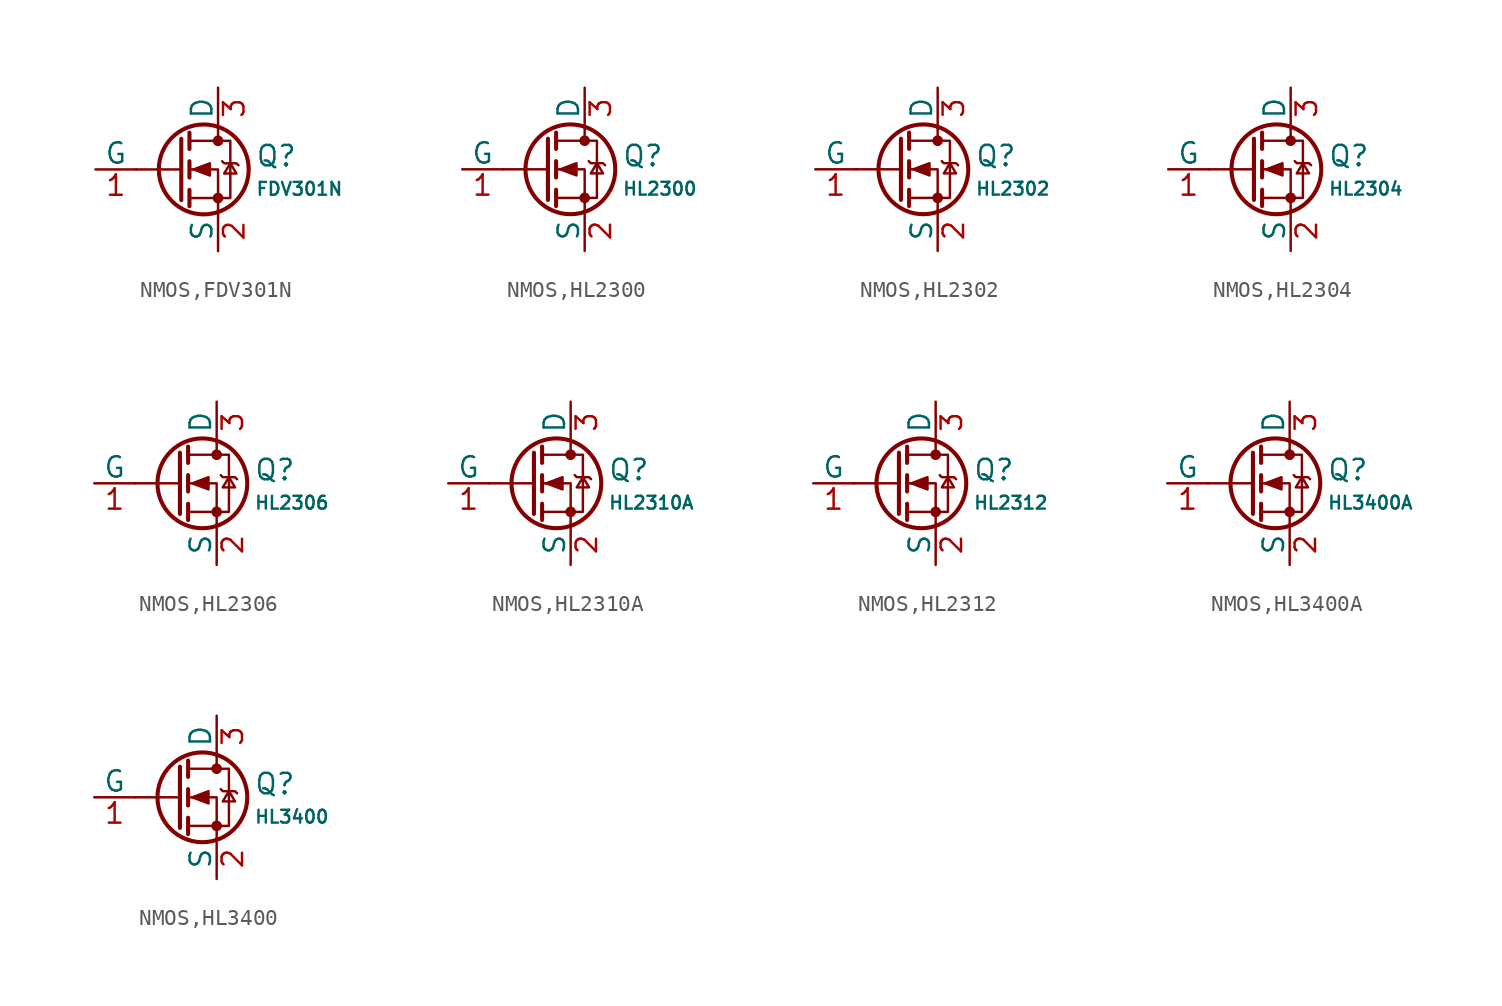
<source format=kicad_sym>
(kicad_symbol_lib
  (version 20231120)
  (generator "CDFER")
  (generator_version "8.0")
  (symbol "NMOS,FDV301N"
    (pin_names
      (offset 0))
    (property "Reference" "Q"
      (at 4.851 0.834 0)
      (effects (font (size 1.27 1.27)) (justify left)))
    (property "Value" "FDV301N"
      (at 4.851 -1.212 0)
      (effects (font (size 0.8 0.8)) (justify left)))
    (symbol "NMOS,FDV301N_0_1"
      (polyline (pts (xy 0.254 0) (xy -2.54 0)) (stroke (width 0) (type default)) (fill (type none)))
      (polyline (pts (xy 0.254 1.905) (xy 0.254 -1.905)) (stroke (width 0.254) (type default)) (fill (type none)))
      (polyline (pts (xy 0.762 -1.27) (xy 0.762 -2.286)) (stroke (width 0.254) (type default)) (fill (type none)))
      (polyline (pts (xy 0.762 0.508) (xy 0.762 -0.508)) (stroke (width 0.254) (type default)) (fill (type none)))
      (polyline (pts (xy 0.762 2.286) (xy 0.762 1.27)) (stroke (width 0.254) (type default)) (fill (type none)))
      (polyline (pts (xy 2.54 2.54) (xy 2.54 1.778)) (stroke (width 0) (type default)) (fill (type none)))
      (polyline (pts (xy 2.54 -2.54) (xy 2.54 0) (xy 0.762 0)) (stroke (width 0) (type default)) (fill (type none)))
      (polyline (pts (xy 0.762 -1.778) (xy 3.302 -1.778) (xy 3.302 1.778) (xy 0.762 1.778)) (stroke (width 0) (type default)) (fill (type none)))
      (polyline (pts (xy 1.016 0) (xy 2.032 0.381) (xy 2.032 -0.381) (xy 1.016 0)) (stroke (width 0) (type default)) (fill (type outline)))
      (polyline (pts (xy 2.794 0.508) (xy 2.921 0.381) (xy 3.683 0.381) (xy 3.81 0.254)) (stroke (width 0) (type default)) (fill (type none)))
      (polyline (pts (xy 3.302 0.381) (xy 2.921 -0.254) (xy 3.683 -0.254) (xy 3.302 0.381)) (stroke (width 0) (type default)) (fill (type none)))
      (circle (center 1.651 0) (radius 2.794) (stroke (width 0.254) (type default)) (fill (type none)))
      (circle (center 2.54 -1.778) (radius 0.254) (stroke (width 0) (type default)) (fill (type outline)))
      (circle (center 2.54 1.778) (radius 0.254) (stroke (width 0) (type default)) (fill (type outline))))
    (symbol "NMOS,FDV301N_1_1"
      (pin passive line (at 2.54 5.08 270) (length 2.54) (name "D" (effects (font (size 1.27 1.27)))) (number "3" (effects (font (size 1.27 1.27)))))
      (pin input line (at -5.08 0 0) (length 2.54) (name "G" (effects (font (size 1.27 1.27)))) (number "1" (effects (font (size 1.27 1.27)))))
      (pin passive line (at 2.54 -5.08 90) (length 2.54) (name "S" (effects (font (size 1.27 1.27)))) (number "2" (effects (font (size 1.27 1.27)))))))
  (symbol "NMOS,HL2300"
    (pin_names
      (offset 0))
    (property "Reference" "Q"
      (at 4.851 0.834 0)
      (effects (font (size 1.27 1.27)) (justify left)))
    (property "Value" "HL2300"
      (at 4.851 -1.212 0)
      (effects (font (size 0.8 0.8)) (justify left)))
    (symbol "NMOS,HL2300_0_1"
      (polyline (pts (xy 0.254 0) (xy -2.54 0)) (stroke (width 0) (type default)) (fill (type none)))
      (polyline (pts (xy 0.254 1.905) (xy 0.254 -1.905)) (stroke (width 0.254) (type default)) (fill (type none)))
      (polyline (pts (xy 0.762 -1.27) (xy 0.762 -2.286)) (stroke (width 0.254) (type default)) (fill (type none)))
      (polyline (pts (xy 0.762 0.508) (xy 0.762 -0.508)) (stroke (width 0.254) (type default)) (fill (type none)))
      (polyline (pts (xy 0.762 2.286) (xy 0.762 1.27)) (stroke (width 0.254) (type default)) (fill (type none)))
      (polyline (pts (xy 2.54 2.54) (xy 2.54 1.778)) (stroke (width 0) (type default)) (fill (type none)))
      (polyline (pts (xy 2.54 -2.54) (xy 2.54 0) (xy 0.762 0)) (stroke (width 0) (type default)) (fill (type none)))
      (polyline (pts (xy 0.762 -1.778) (xy 3.302 -1.778) (xy 3.302 1.778) (xy 0.762 1.778)) (stroke (width 0) (type default)) (fill (type none)))
      (polyline (pts (xy 1.016 0) (xy 2.032 0.381) (xy 2.032 -0.381) (xy 1.016 0)) (stroke (width 0) (type default)) (fill (type outline)))
      (polyline (pts (xy 2.794 0.508) (xy 2.921 0.381) (xy 3.683 0.381) (xy 3.81 0.254)) (stroke (width 0) (type default)) (fill (type none)))
      (polyline (pts (xy 3.302 0.381) (xy 2.921 -0.254) (xy 3.683 -0.254) (xy 3.302 0.381)) (stroke (width 0) (type default)) (fill (type none)))
      (circle (center 1.651 0) (radius 2.794) (stroke (width 0.254) (type default)) (fill (type none)))
      (circle (center 2.54 -1.778) (radius 0.254) (stroke (width 0) (type default)) (fill (type outline)))
      (circle (center 2.54 1.778) (radius 0.254) (stroke (width 0) (type default)) (fill (type outline))))
    (symbol "NMOS,HL2300_1_1"
      (pin passive line (at 2.54 5.08 270) (length 2.54) (name "D" (effects (font (size 1.27 1.27)))) (number "3" (effects (font (size 1.27 1.27)))))
      (pin input line (at -5.08 0 0) (length 2.54) (name "G" (effects (font (size 1.27 1.27)))) (number "1" (effects (font (size 1.27 1.27)))))
      (pin passive line (at 2.54 -5.08 90) (length 2.54) (name "S" (effects (font (size 1.27 1.27)))) (number "2" (effects (font (size 1.27 1.27)))))))
  (symbol "NMOS,HL2302"
    (pin_names
      (offset 0))
    (property "Reference" "Q"
      (at 4.851 0.834 0)
      (effects (font (size 1.27 1.27)) (justify left)))
    (property "Value" "HL2302"
      (at 4.851 -1.212 0)
      (effects (font (size 0.8 0.8)) (justify left)))
    (symbol "NMOS,HL2302_0_1"
      (polyline (pts (xy 0.254 0) (xy -2.54 0)) (stroke (width 0) (type default)) (fill (type none)))
      (polyline (pts (xy 0.254 1.905) (xy 0.254 -1.905)) (stroke (width 0.254) (type default)) (fill (type none)))
      (polyline (pts (xy 0.762 -1.27) (xy 0.762 -2.286)) (stroke (width 0.254) (type default)) (fill (type none)))
      (polyline (pts (xy 0.762 0.508) (xy 0.762 -0.508)) (stroke (width 0.254) (type default)) (fill (type none)))
      (polyline (pts (xy 0.762 2.286) (xy 0.762 1.27)) (stroke (width 0.254) (type default)) (fill (type none)))
      (polyline (pts (xy 2.54 2.54) (xy 2.54 1.778)) (stroke (width 0) (type default)) (fill (type none)))
      (polyline (pts (xy 2.54 -2.54) (xy 2.54 0) (xy 0.762 0)) (stroke (width 0) (type default)) (fill (type none)))
      (polyline (pts (xy 0.762 -1.778) (xy 3.302 -1.778) (xy 3.302 1.778) (xy 0.762 1.778)) (stroke (width 0) (type default)) (fill (type none)))
      (polyline (pts (xy 1.016 0) (xy 2.032 0.381) (xy 2.032 -0.381) (xy 1.016 0)) (stroke (width 0) (type default)) (fill (type outline)))
      (polyline (pts (xy 2.794 0.508) (xy 2.921 0.381) (xy 3.683 0.381) (xy 3.81 0.254)) (stroke (width 0) (type default)) (fill (type none)))
      (polyline (pts (xy 3.302 0.381) (xy 2.921 -0.254) (xy 3.683 -0.254) (xy 3.302 0.381)) (stroke (width 0) (type default)) (fill (type none)))
      (circle (center 1.651 0) (radius 2.794) (stroke (width 0.254) (type default)) (fill (type none)))
      (circle (center 2.54 -1.778) (radius 0.254) (stroke (width 0) (type default)) (fill (type outline)))
      (circle (center 2.54 1.778) (radius 0.254) (stroke (width 0) (type default)) (fill (type outline))))
    (symbol "NMOS,HL2302_1_1"
      (pin passive line (at 2.54 5.08 270) (length 2.54) (name "D" (effects (font (size 1.27 1.27)))) (number "3" (effects (font (size 1.27 1.27)))))
      (pin input line (at -5.08 0 0) (length 2.54) (name "G" (effects (font (size 1.27 1.27)))) (number "1" (effects (font (size 1.27 1.27)))))
      (pin passive line (at 2.54 -5.08 90) (length 2.54) (name "S" (effects (font (size 1.27 1.27)))) (number "2" (effects (font (size 1.27 1.27)))))))
  (symbol "NMOS,HL2304"
    (pin_names
      (offset 0))
    (property "Reference" "Q"
      (at 4.851 0.834 0)
      (effects (font (size 1.27 1.27)) (justify left)))
    (property "Value" "HL2304"
      (at 4.851 -1.212 0)
      (effects (font (size 0.8 0.8)) (justify left)))
    (symbol "NMOS,HL2304_0_1"
      (polyline (pts (xy 0.254 0) (xy -2.54 0)) (stroke (width 0) (type default)) (fill (type none)))
      (polyline (pts (xy 0.254 1.905) (xy 0.254 -1.905)) (stroke (width 0.254) (type default)) (fill (type none)))
      (polyline (pts (xy 0.762 -1.27) (xy 0.762 -2.286)) (stroke (width 0.254) (type default)) (fill (type none)))
      (polyline (pts (xy 0.762 0.508) (xy 0.762 -0.508)) (stroke (width 0.254) (type default)) (fill (type none)))
      (polyline (pts (xy 0.762 2.286) (xy 0.762 1.27)) (stroke (width 0.254) (type default)) (fill (type none)))
      (polyline (pts (xy 2.54 2.54) (xy 2.54 1.778)) (stroke (width 0) (type default)) (fill (type none)))
      (polyline (pts (xy 2.54 -2.54) (xy 2.54 0) (xy 0.762 0)) (stroke (width 0) (type default)) (fill (type none)))
      (polyline (pts (xy 0.762 -1.778) (xy 3.302 -1.778) (xy 3.302 1.778) (xy 0.762 1.778)) (stroke (width 0) (type default)) (fill (type none)))
      (polyline (pts (xy 1.016 0) (xy 2.032 0.381) (xy 2.032 -0.381) (xy 1.016 0)) (stroke (width 0) (type default)) (fill (type outline)))
      (polyline (pts (xy 2.794 0.508) (xy 2.921 0.381) (xy 3.683 0.381) (xy 3.81 0.254)) (stroke (width 0) (type default)) (fill (type none)))
      (polyline (pts (xy 3.302 0.381) (xy 2.921 -0.254) (xy 3.683 -0.254) (xy 3.302 0.381)) (stroke (width 0) (type default)) (fill (type none)))
      (circle (center 1.651 0) (radius 2.794) (stroke (width 0.254) (type default)) (fill (type none)))
      (circle (center 2.54 -1.778) (radius 0.254) (stroke (width 0) (type default)) (fill (type outline)))
      (circle (center 2.54 1.778) (radius 0.254) (stroke (width 0) (type default)) (fill (type outline))))
    (symbol "NMOS,HL2304_1_1"
      (pin passive line (at 2.54 5.08 270) (length 2.54) (name "D" (effects (font (size 1.27 1.27)))) (number "3" (effects (font (size 1.27 1.27)))))
      (pin input line (at -5.08 0 0) (length 2.54) (name "G" (effects (font (size 1.27 1.27)))) (number "1" (effects (font (size 1.27 1.27)))))
      (pin passive line (at 2.54 -5.08 90) (length 2.54) (name "S" (effects (font (size 1.27 1.27)))) (number "2" (effects (font (size 1.27 1.27)))))))
  (symbol "NMOS,HL2306"
    (pin_names
      (offset 0))
    (property "Reference" "Q"
      (at 4.851 0.834 0)
      (effects (font (size 1.27 1.27)) (justify left)))
    (property "Value" "HL2306"
      (at 4.851 -1.212 0)
      (effects (font (size 0.8 0.8)) (justify left)))
    (symbol "NMOS,HL2306_0_1"
      (polyline (pts (xy 0.254 0) (xy -2.54 0)) (stroke (width 0) (type default)) (fill (type none)))
      (polyline (pts (xy 0.254 1.905) (xy 0.254 -1.905)) (stroke (width 0.254) (type default)) (fill (type none)))
      (polyline (pts (xy 0.762 -1.27) (xy 0.762 -2.286)) (stroke (width 0.254) (type default)) (fill (type none)))
      (polyline (pts (xy 0.762 0.508) (xy 0.762 -0.508)) (stroke (width 0.254) (type default)) (fill (type none)))
      (polyline (pts (xy 0.762 2.286) (xy 0.762 1.27)) (stroke (width 0.254) (type default)) (fill (type none)))
      (polyline (pts (xy 2.54 2.54) (xy 2.54 1.778)) (stroke (width 0) (type default)) (fill (type none)))
      (polyline (pts (xy 2.54 -2.54) (xy 2.54 0) (xy 0.762 0)) (stroke (width 0) (type default)) (fill (type none)))
      (polyline (pts (xy 0.762 -1.778) (xy 3.302 -1.778) (xy 3.302 1.778) (xy 0.762 1.778)) (stroke (width 0) (type default)) (fill (type none)))
      (polyline (pts (xy 1.016 0) (xy 2.032 0.381) (xy 2.032 -0.381) (xy 1.016 0)) (stroke (width 0) (type default)) (fill (type outline)))
      (polyline (pts (xy 2.794 0.508) (xy 2.921 0.381) (xy 3.683 0.381) (xy 3.81 0.254)) (stroke (width 0) (type default)) (fill (type none)))
      (polyline (pts (xy 3.302 0.381) (xy 2.921 -0.254) (xy 3.683 -0.254) (xy 3.302 0.381)) (stroke (width 0) (type default)) (fill (type none)))
      (circle (center 1.651 0) (radius 2.794) (stroke (width 0.254) (type default)) (fill (type none)))
      (circle (center 2.54 -1.778) (radius 0.254) (stroke (width 0) (type default)) (fill (type outline)))
      (circle (center 2.54 1.778) (radius 0.254) (stroke (width 0) (type default)) (fill (type outline))))
    (symbol "NMOS,HL2306_1_1"
      (pin passive line (at 2.54 5.08 270) (length 2.54) (name "D" (effects (font (size 1.27 1.27)))) (number "3" (effects (font (size 1.27 1.27)))))
      (pin input line (at -5.08 0 0) (length 2.54) (name "G" (effects (font (size 1.27 1.27)))) (number "1" (effects (font (size 1.27 1.27)))))
      (pin passive line (at 2.54 -5.08 90) (length 2.54) (name "S" (effects (font (size 1.27 1.27)))) (number "2" (effects (font (size 1.27 1.27)))))))
  (symbol "NMOS,HL2310A"
    (pin_names
      (offset 0))
    (property "Reference" "Q"
      (at 4.851 0.834 0)
      (effects (font (size 1.27 1.27)) (justify left)))
    (property "Value" "HL2310A"
      (at 4.851 -1.212 0)
      (effects (font (size 0.8 0.8)) (justify left)))
    (symbol "NMOS,HL2310A_0_1"
      (polyline (pts (xy 0.254 0) (xy -2.54 0)) (stroke (width 0) (type default)) (fill (type none)))
      (polyline (pts (xy 0.254 1.905) (xy 0.254 -1.905)) (stroke (width 0.254) (type default)) (fill (type none)))
      (polyline (pts (xy 0.762 -1.27) (xy 0.762 -2.286)) (stroke (width 0.254) (type default)) (fill (type none)))
      (polyline (pts (xy 0.762 0.508) (xy 0.762 -0.508)) (stroke (width 0.254) (type default)) (fill (type none)))
      (polyline (pts (xy 0.762 2.286) (xy 0.762 1.27)) (stroke (width 0.254) (type default)) (fill (type none)))
      (polyline (pts (xy 2.54 2.54) (xy 2.54 1.778)) (stroke (width 0) (type default)) (fill (type none)))
      (polyline (pts (xy 2.54 -2.54) (xy 2.54 0) (xy 0.762 0)) (stroke (width 0) (type default)) (fill (type none)))
      (polyline (pts (xy 0.762 -1.778) (xy 3.302 -1.778) (xy 3.302 1.778) (xy 0.762 1.778)) (stroke (width 0) (type default)) (fill (type none)))
      (polyline (pts (xy 1.016 0) (xy 2.032 0.381) (xy 2.032 -0.381) (xy 1.016 0)) (stroke (width 0) (type default)) (fill (type outline)))
      (polyline (pts (xy 2.794 0.508) (xy 2.921 0.381) (xy 3.683 0.381) (xy 3.81 0.254)) (stroke (width 0) (type default)) (fill (type none)))
      (polyline (pts (xy 3.302 0.381) (xy 2.921 -0.254) (xy 3.683 -0.254) (xy 3.302 0.381)) (stroke (width 0) (type default)) (fill (type none)))
      (circle (center 1.651 0) (radius 2.794) (stroke (width 0.254) (type default)) (fill (type none)))
      (circle (center 2.54 -1.778) (radius 0.254) (stroke (width 0) (type default)) (fill (type outline)))
      (circle (center 2.54 1.778) (radius 0.254) (stroke (width 0) (type default)) (fill (type outline))))
    (symbol "NMOS,HL2310A_1_1"
      (pin passive line (at 2.54 5.08 270) (length 2.54) (name "D" (effects (font (size 1.27 1.27)))) (number "3" (effects (font (size 1.27 1.27)))))
      (pin input line (at -5.08 0 0) (length 2.54) (name "G" (effects (font (size 1.27 1.27)))) (number "1" (effects (font (size 1.27 1.27)))))
      (pin passive line (at 2.54 -5.08 90) (length 2.54) (name "S" (effects (font (size 1.27 1.27)))) (number "2" (effects (font (size 1.27 1.27)))))))
  (symbol "NMOS,HL2312"
    (pin_names
      (offset 0))
    (property "Reference" "Q"
      (at 4.851 0.834 0)
      (effects (font (size 1.27 1.27)) (justify left)))
    (property "Value" "HL2312"
      (at 4.851 -1.212 0)
      (effects (font (size 0.8 0.8)) (justify left)))
    (symbol "NMOS,HL2312_0_1"
      (polyline (pts (xy 0.254 0) (xy -2.54 0)) (stroke (width 0) (type default)) (fill (type none)))
      (polyline (pts (xy 0.254 1.905) (xy 0.254 -1.905)) (stroke (width 0.254) (type default)) (fill (type none)))
      (polyline (pts (xy 0.762 -1.27) (xy 0.762 -2.286)) (stroke (width 0.254) (type default)) (fill (type none)))
      (polyline (pts (xy 0.762 0.508) (xy 0.762 -0.508)) (stroke (width 0.254) (type default)) (fill (type none)))
      (polyline (pts (xy 0.762 2.286) (xy 0.762 1.27)) (stroke (width 0.254) (type default)) (fill (type none)))
      (polyline (pts (xy 2.54 2.54) (xy 2.54 1.778)) (stroke (width 0) (type default)) (fill (type none)))
      (polyline (pts (xy 2.54 -2.54) (xy 2.54 0) (xy 0.762 0)) (stroke (width 0) (type default)) (fill (type none)))
      (polyline (pts (xy 0.762 -1.778) (xy 3.302 -1.778) (xy 3.302 1.778) (xy 0.762 1.778)) (stroke (width 0) (type default)) (fill (type none)))
      (polyline (pts (xy 1.016 0) (xy 2.032 0.381) (xy 2.032 -0.381) (xy 1.016 0)) (stroke (width 0) (type default)) (fill (type outline)))
      (polyline (pts (xy 2.794 0.508) (xy 2.921 0.381) (xy 3.683 0.381) (xy 3.81 0.254)) (stroke (width 0) (type default)) (fill (type none)))
      (polyline (pts (xy 3.302 0.381) (xy 2.921 -0.254) (xy 3.683 -0.254) (xy 3.302 0.381)) (stroke (width 0) (type default)) (fill (type none)))
      (circle (center 1.651 0) (radius 2.794) (stroke (width 0.254) (type default)) (fill (type none)))
      (circle (center 2.54 -1.778) (radius 0.254) (stroke (width 0) (type default)) (fill (type outline)))
      (circle (center 2.54 1.778) (radius 0.254) (stroke (width 0) (type default)) (fill (type outline))))
    (symbol "NMOS,HL2312_1_1"
      (pin passive line (at 2.54 5.08 270) (length 2.54) (name "D" (effects (font (size 1.27 1.27)))) (number "3" (effects (font (size 1.27 1.27)))))
      (pin input line (at -5.08 0 0) (length 2.54) (name "G" (effects (font (size 1.27 1.27)))) (number "1" (effects (font (size 1.27 1.27)))))
      (pin passive line (at 2.54 -5.08 90) (length 2.54) (name "S" (effects (font (size 1.27 1.27)))) (number "2" (effects (font (size 1.27 1.27)))))))
  (symbol "NMOS,HL3400A"
    (pin_names
      (offset 0))
    (property "Reference" "Q"
      (at 4.851 0.834 0)
      (effects (font (size 1.27 1.27)) (justify left)))
    (property "Value" "HL3400A"
      (at 4.851 -1.212 0)
      (effects (font (size 0.8 0.8)) (justify left)))
    (symbol "NMOS,HL3400A_0_1"
      (polyline (pts (xy 0.254 0) (xy -2.54 0)) (stroke (width 0) (type default)) (fill (type none)))
      (polyline (pts (xy 0.254 1.905) (xy 0.254 -1.905)) (stroke (width 0.254) (type default)) (fill (type none)))
      (polyline (pts (xy 0.762 -1.27) (xy 0.762 -2.286)) (stroke (width 0.254) (type default)) (fill (type none)))
      (polyline (pts (xy 0.762 0.508) (xy 0.762 -0.508)) (stroke (width 0.254) (type default)) (fill (type none)))
      (polyline (pts (xy 0.762 2.286) (xy 0.762 1.27)) (stroke (width 0.254) (type default)) (fill (type none)))
      (polyline (pts (xy 2.54 2.54) (xy 2.54 1.778)) (stroke (width 0) (type default)) (fill (type none)))
      (polyline (pts (xy 2.54 -2.54) (xy 2.54 0) (xy 0.762 0)) (stroke (width 0) (type default)) (fill (type none)))
      (polyline (pts (xy 0.762 -1.778) (xy 3.302 -1.778) (xy 3.302 1.778) (xy 0.762 1.778)) (stroke (width 0) (type default)) (fill (type none)))
      (polyline (pts (xy 1.016 0) (xy 2.032 0.381) (xy 2.032 -0.381) (xy 1.016 0)) (stroke (width 0) (type default)) (fill (type outline)))
      (polyline (pts (xy 2.794 0.508) (xy 2.921 0.381) (xy 3.683 0.381) (xy 3.81 0.254)) (stroke (width 0) (type default)) (fill (type none)))
      (polyline (pts (xy 3.302 0.381) (xy 2.921 -0.254) (xy 3.683 -0.254) (xy 3.302 0.381)) (stroke (width 0) (type default)) (fill (type none)))
      (circle (center 1.651 0) (radius 2.794) (stroke (width 0.254) (type default)) (fill (type none)))
      (circle (center 2.54 -1.778) (radius 0.254) (stroke (width 0) (type default)) (fill (type outline)))
      (circle (center 2.54 1.778) (radius 0.254) (stroke (width 0) (type default)) (fill (type outline))))
    (symbol "NMOS,HL3400A_1_1"
      (pin passive line (at 2.54 5.08 270) (length 2.54) (name "D" (effects (font (size 1.27 1.27)))) (number "3" (effects (font (size 1.27 1.27)))))
      (pin input line (at -5.08 0 0) (length 2.54) (name "G" (effects (font (size 1.27 1.27)))) (number "1" (effects (font (size 1.27 1.27)))))
      (pin passive line (at 2.54 -5.08 90) (length 2.54) (name "S" (effects (font (size 1.27 1.27)))) (number "2" (effects (font (size 1.27 1.27)))))))
  (symbol "NMOS,HL3400"
    (pin_names
      (offset 0))
    (property "Reference" "Q"
      (at 4.851 0.834 0)
      (effects (font (size 1.27 1.27)) (justify left)))
    (property "Value" "HL3400"
      (at 4.851 -1.212 0)
      (effects (font (size 0.8 0.8)) (justify left)))
    (symbol "NMOS,HL3400_0_1"
      (polyline (pts (xy 0.254 0) (xy -2.54 0)) (stroke (width 0) (type default)) (fill (type none)))
      (polyline (pts (xy 0.254 1.905) (xy 0.254 -1.905)) (stroke (width 0.254) (type default)) (fill (type none)))
      (polyline (pts (xy 0.762 -1.27) (xy 0.762 -2.286)) (stroke (width 0.254) (type default)) (fill (type none)))
      (polyline (pts (xy 0.762 0.508) (xy 0.762 -0.508)) (stroke (width 0.254) (type default)) (fill (type none)))
      (polyline (pts (xy 0.762 2.286) (xy 0.762 1.27)) (stroke (width 0.254) (type default)) (fill (type none)))
      (polyline (pts (xy 2.54 2.54) (xy 2.54 1.778)) (stroke (width 0) (type default)) (fill (type none)))
      (polyline (pts (xy 2.54 -2.54) (xy 2.54 0) (xy 0.762 0)) (stroke (width 0) (type default)) (fill (type none)))
      (polyline (pts (xy 0.762 -1.778) (xy 3.302 -1.778) (xy 3.302 1.778) (xy 0.762 1.778)) (stroke (width 0) (type default)) (fill (type none)))
      (polyline (pts (xy 1.016 0) (xy 2.032 0.381) (xy 2.032 -0.381) (xy 1.016 0)) (stroke (width 0) (type default)) (fill (type outline)))
      (polyline (pts (xy 2.794 0.508) (xy 2.921 0.381) (xy 3.683 0.381) (xy 3.81 0.254)) (stroke (width 0) (type default)) (fill (type none)))
      (polyline (pts (xy 3.302 0.381) (xy 2.921 -0.254) (xy 3.683 -0.254) (xy 3.302 0.381)) (stroke (width 0) (type default)) (fill (type none)))
      (circle (center 1.651 0) (radius 2.794) (stroke (width 0.254) (type default)) (fill (type none)))
      (circle (center 2.54 -1.778) (radius 0.254) (stroke (width 0) (type default)) (fill (type outline)))
      (circle (center 2.54 1.778) (radius 0.254) (stroke (width 0) (type default)) (fill (type outline))))
    (symbol "NMOS,HL3400_1_1"
      (pin passive line (at 2.54 5.08 270) (length 2.54) (name "D" (effects (font (size 1.27 1.27)))) (number "3" (effects (font (size 1.27 1.27)))))
      (pin input line (at -5.08 0 0) (length 2.54) (name "G" (effects (font (size 1.27 1.27)))) (number "1" (effects (font (size 1.27 1.27)))))
      (pin passive line (at 2.54 -5.08 90) (length 2.54) (name "S" (effects (font (size 1.27 1.27)))) (number "2" (effects (font (size 1.27 1.27))))))))
</source>
